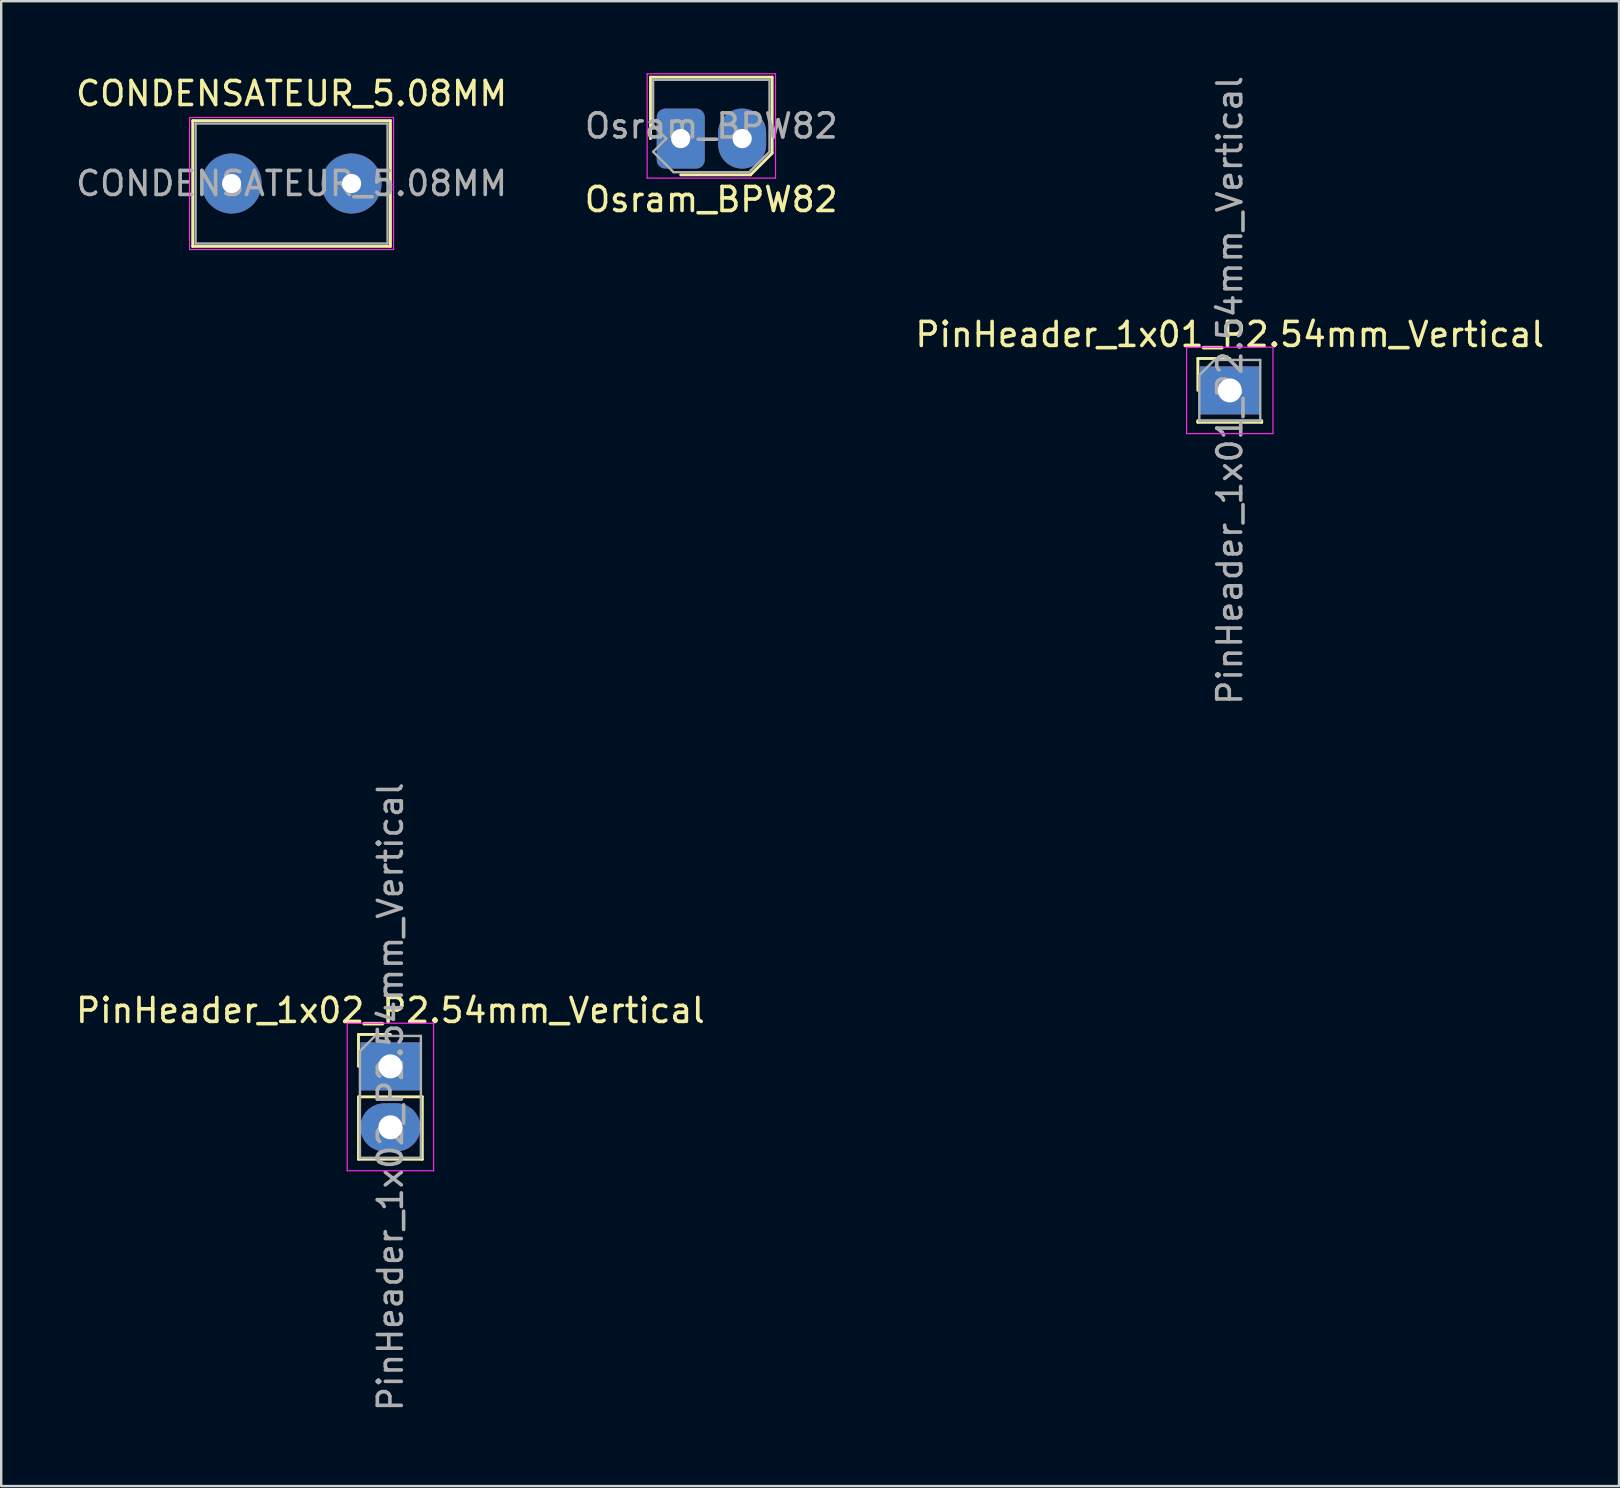
<source format=kicad_pcb>
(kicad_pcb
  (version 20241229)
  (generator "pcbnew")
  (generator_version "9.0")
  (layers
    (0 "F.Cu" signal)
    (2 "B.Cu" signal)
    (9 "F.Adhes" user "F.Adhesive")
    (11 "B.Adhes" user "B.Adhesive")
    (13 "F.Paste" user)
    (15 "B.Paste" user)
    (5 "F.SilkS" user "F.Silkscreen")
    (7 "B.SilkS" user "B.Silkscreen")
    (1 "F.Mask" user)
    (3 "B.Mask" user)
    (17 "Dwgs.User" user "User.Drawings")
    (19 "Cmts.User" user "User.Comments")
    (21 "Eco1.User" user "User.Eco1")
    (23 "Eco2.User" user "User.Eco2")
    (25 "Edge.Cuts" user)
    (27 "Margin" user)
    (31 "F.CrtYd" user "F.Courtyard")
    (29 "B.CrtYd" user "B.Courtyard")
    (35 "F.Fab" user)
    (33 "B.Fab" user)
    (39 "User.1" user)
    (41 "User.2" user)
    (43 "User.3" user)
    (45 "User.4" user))
  (footprint "CONDENSATEUR_5.08MM"
    (layer "F.Cu")
    (at 6.601 4.598)
    (property "Reference" "CONDENSATEUR_5.08MM" (at 2.5 -3.75 0) (layer "F.SilkS") (effects (font (size 1 1) (thickness 0.15))))
    (attr through_hole)
    (fp_line (start -1.62 -2.62) (end -1.62 2.62) (stroke (width 0.12) (type solid)) (layer "F.SilkS"))
    (fp_line (start -1.62 -2.62) (end 6.62 -2.62) (stroke (width 0.12) (type solid)) (layer "F.SilkS"))
    (fp_line (start -1.62 2.62) (end 6.62 2.62) (stroke (width 0.12) (type solid)) (layer "F.SilkS"))
    (fp_line (start 6.62 -2.62) (end 6.62 2.62) (stroke (width 0.12) (type solid)) (layer "F.SilkS"))
    (fp_line (start -1.75 -2.75) (end -1.75 2.75) (stroke (width 0.05) (type solid)) (layer "F.CrtYd"))
    (fp_line (start -1.75 2.75) (end 6.75 2.75) (stroke (width 0.05) (type solid)) (layer "F.CrtYd"))
    (fp_line (start 6.75 -2.75) (end -1.75 -2.75) (stroke (width 0.05) (type solid)) (layer "F.CrtYd"))
    (fp_line (start 6.75 2.75) (end 6.75 -2.75) (stroke (width 0.05) (type solid)) (layer "F.CrtYd"))
    (fp_line (start -1.5 -2.5) (end -1.5 2.5) (stroke (width 0.1) (type solid)) (layer "F.Fab"))
    (fp_line (start -1.5 2.5) (end 6.5 2.5) (stroke (width 0.1) (type solid)) (layer "F.Fab"))
    (fp_line (start 6.5 -2.5) (end -1.5 -2.5) (stroke (width 0.1) (type solid)) (layer "F.Fab"))
    (fp_line (start 6.5 2.5) (end 6.5 -2.5) (stroke (width 0.1) (type solid)) (layer "F.Fab"))
    (fp_text user "${REFERENCE}" (at 2.5 0 0) (layer "F.Fab") (effects (font (size 1 1) (thickness 0.15))))
    (pad "1" thru_hole circle (at 0 0) (size 2.5 2.5) (drill 0.8) (layers "*.Cu" "*.Mask"))
    (pad "2" thru_hole circle (at 5 0) (size 2.5 2.5) (drill 0.8) (layers "*.Cu" "*.Mask")))
  (footprint "Osram_BPW82"
    (layer "F.Cu")
    (at 25.319 2.725)
    (property "Reference" "Osram_BPW82" (at 1.27 2.54 0) (layer "F.SilkS") (effects (font (size 1 1) (thickness 0.15))))
    (attr through_hole)
    (fp_line (start -1.26 -2.56) (end -1.26 0) (stroke (width 0.12) (type solid)) (layer "F.SilkS"))
    (fp_line (start -1.26 -2.56) (end 3.81 -2.56) (stroke (width 0.12) (type solid)) (layer "F.SilkS"))
    (fp_line (start 0 1.51) (end 2.91 1.51) (stroke (width 0.12) (type solid)) (layer "F.SilkS"))
    (fp_line (start 3.81 -2.56) (end 3.81 0.61) (stroke (width 0.12) (type solid)) (layer "F.SilkS"))
    (fp_line (start 3.81 0.61) (end 2.91 1.51) (stroke (width 0.12) (type solid)) (layer "F.SilkS"))
    (fp_line (start -1.4 -2.7) (end -1.4 1.65) (stroke (width 0.05) (type solid)) (layer "F.CrtYd"))
    (fp_line (start -1.4 -2.7) (end 3.95 -2.7) (stroke (width 0.05) (type solid)) (layer "F.CrtYd"))
    (fp_line (start 3.95 1.65) (end -1.4 1.65) (stroke (width 0.05) (type solid)) (layer "F.CrtYd"))
    (fp_line (start 3.95 1.65) (end 3.95 -2.7) (stroke (width 0.05) (type solid)) (layer "F.CrtYd"))
    (fp_line (start -1.15 -2.45) (end 3.7 -2.45) (stroke (width 0.1) (type solid)) (layer "F.Fab"))
    (fp_line (start -1.15 -0.55) (end -1.15 -2.45) (stroke (width 0.1) (type solid)) (layer "F.Fab"))
    (fp_line (start -1.15 -0.55) (end -0.6 0) (stroke (width 0.1) (type solid)) (layer "F.Fab"))
    (fp_line (start -1.15 0.55) (end -0.6 0) (stroke (width 0.1) (type solid)) (layer "F.Fab"))
    (fp_line (start -0.3 1.4) (end -1.15 0.55) (stroke (width 0.1) (type solid)) (layer "F.Fab"))
    (fp_line (start 2.85 1.4) (end -0.3 1.4) (stroke (width 0.1) (type solid)) (layer "F.Fab"))
    (fp_line (start 3.7 -2.45) (end 3.7 0.55) (stroke (width 0.1) (type solid)) (layer "F.Fab"))
    (fp_line (start 3.7 0.55) (end 2.85 1.4) (stroke (width 0.1) (type solid)) (layer "F.Fab"))
    (fp_text user "${REFERENCE}" (at 1.275 -0.525 0) (layer "F.Fab") (effects (font (size 1 1) (thickness 0.15))))
    (pad "1" thru_hole roundrect (at 0 0) (size 2 2.5) (drill 0.8) (layers "*.Cu" "*.Mask") (roundrect_rratio 0.178))
    (pad "2" thru_hole oval (at 2.56 0) (size 2 2.5) (drill 0.8) (layers "*.Cu" "*.Mask")))
  (footprint "PinHeader_1x01_P2.54mm_Vertical"
    (layer "F.Cu")
    (at 48.201 13.22)
    (property "Reference" "PinHeader_1x01_P2.54mm_Vertical" (at 0 -2.33 0) (layer "F.SilkS") (effects (font (size 1 1) (thickness 0.15))))
    (attr through_hole)
    (fp_line (start -1.33 -1.33) (end 0 -1.33) (stroke (width 0.12) (type solid)) (layer "F.SilkS"))
    (fp_line (start -1.33 0) (end -1.33 -1.33) (stroke (width 0.12) (type solid)) (layer "F.SilkS"))
    (fp_line (start -1.33 1.27) (end -1.33 1.33) (stroke (width 0.12) (type solid)) (layer "F.SilkS"))
    (fp_line (start -1.33 1.27) (end 1.33 1.27) (stroke (width 0.12) (type solid)) (layer "F.SilkS"))
    (fp_line (start -1.33 1.33) (end 1.33 1.33) (stroke (width 0.12) (type solid)) (layer "F.SilkS"))
    (fp_line (start 1.33 1.27) (end 1.33 1.33) (stroke (width 0.12) (type solid)) (layer "F.SilkS"))
    (fp_line (start -1.8 -1.8) (end -1.8 1.8) (stroke (width 0.05) (type solid)) (layer "F.CrtYd"))
    (fp_line (start -1.8 1.8) (end 1.8 1.8) (stroke (width 0.05) (type solid)) (layer "F.CrtYd"))
    (fp_line (start 1.8 -1.8) (end -1.8 -1.8) (stroke (width 0.05) (type solid)) (layer "F.CrtYd"))
    (fp_line (start 1.8 1.8) (end 1.8 -1.8) (stroke (width 0.05) (type solid)) (layer "F.CrtYd"))
    (fp_line (start -1.27 -0.635) (end -0.635 -1.27) (stroke (width 0.1) (type solid)) (layer "F.Fab"))
    (fp_line (start -1.27 1.27) (end -1.27 -0.635) (stroke (width 0.1) (type solid)) (layer "F.Fab"))
    (fp_line (start -0.635 -1.27) (end 1.27 -1.27) (stroke (width 0.1) (type solid)) (layer "F.Fab"))
    (fp_line (start 1.27 -1.27) (end 1.27 1.27) (stroke (width 0.1) (type solid)) (layer "F.Fab"))
    (fp_line (start 1.27 1.27) (end -1.27 1.27) (stroke (width 0.1) (type solid)) (layer "F.Fab"))
    (fp_text user "${REFERENCE}" (at 0 0 90) (layer "F.Fab") (effects (font (size 1 1) (thickness 0.15))))
    (pad "1" thru_hole rect (at 0 0) (size 2.5 2) (drill 1) (layers "*.Cu" "*.Mask")))
  (footprint "PinHeader_1x02_P2.54mm_Vertical"
    (layer "F.Cu")
    (at 13.22 41.391)
    (property "Reference" "PinHeader_1x02_P2.54mm_Vertical" (at 0 -2.33 0) (layer "F.SilkS") (effects (font (size 1 1) (thickness 0.15))))
    (attr through_hole)
    (fp_line (start -1.33 -1.33) (end 0 -1.33) (stroke (width 0.12) (type solid)) (layer "F.SilkS"))
    (fp_line (start -1.33 0) (end -1.33 -1.33) (stroke (width 0.12) (type solid)) (layer "F.SilkS"))
    (fp_line (start -1.33 1.27) (end -1.33 3.87) (stroke (width 0.12) (type solid)) (layer "F.SilkS"))
    (fp_line (start -1.33 1.27) (end 1.33 1.27) (stroke (width 0.12) (type solid)) (layer "F.SilkS"))
    (fp_line (start -1.33 3.87) (end 1.33 3.87) (stroke (width 0.12) (type solid)) (layer "F.SilkS"))
    (fp_line (start 1.33 1.27) (end 1.33 3.87) (stroke (width 0.12) (type solid)) (layer "F.SilkS"))
    (fp_line (start -1.8 -1.8) (end -1.8 4.35) (stroke (width 0.05) (type solid)) (layer "F.CrtYd"))
    (fp_line (start -1.8 4.35) (end 1.8 4.35) (stroke (width 0.05) (type solid)) (layer "F.CrtYd"))
    (fp_line (start 1.8 -1.8) (end -1.8 -1.8) (stroke (width 0.05) (type solid)) (layer "F.CrtYd"))
    (fp_line (start 1.8 4.35) (end 1.8 -1.8) (stroke (width 0.05) (type solid)) (layer "F.CrtYd"))
    (fp_line (start -1.27 -0.635) (end -0.635 -1.27) (stroke (width 0.1) (type solid)) (layer "F.Fab"))
    (fp_line (start -1.27 3.81) (end -1.27 -0.635) (stroke (width 0.1) (type solid)) (layer "F.Fab"))
    (fp_line (start -0.635 -1.27) (end 1.27 -1.27) (stroke (width 0.1) (type solid)) (layer "F.Fab"))
    (fp_line (start 1.27 -1.27) (end 1.27 3.81) (stroke (width 0.1) (type solid)) (layer "F.Fab"))
    (fp_line (start 1.27 3.81) (end -1.27 3.81) (stroke (width 0.1) (type solid)) (layer "F.Fab"))
    (fp_text user "${REFERENCE}" (at 0 1.27 90) (layer "F.Fab") (effects (font (size 1 1) (thickness 0.15))))
    (pad "1" thru_hole rect (at 0 0) (size 2.5 2) (drill 1) (layers "*.Cu" "*.Mask"))
    (pad "2" thru_hole oval (at 0 2.54) (size 2.5 2) (drill 1) (layers "*.Cu" "*.Mask")))
  (gr_rect
    (start -3 -3)
    (end 64.422 58.881)
    (stroke (width 0.1) (type default))
    (fill no)
    (layer "Edge.Cuts")))
</source>
